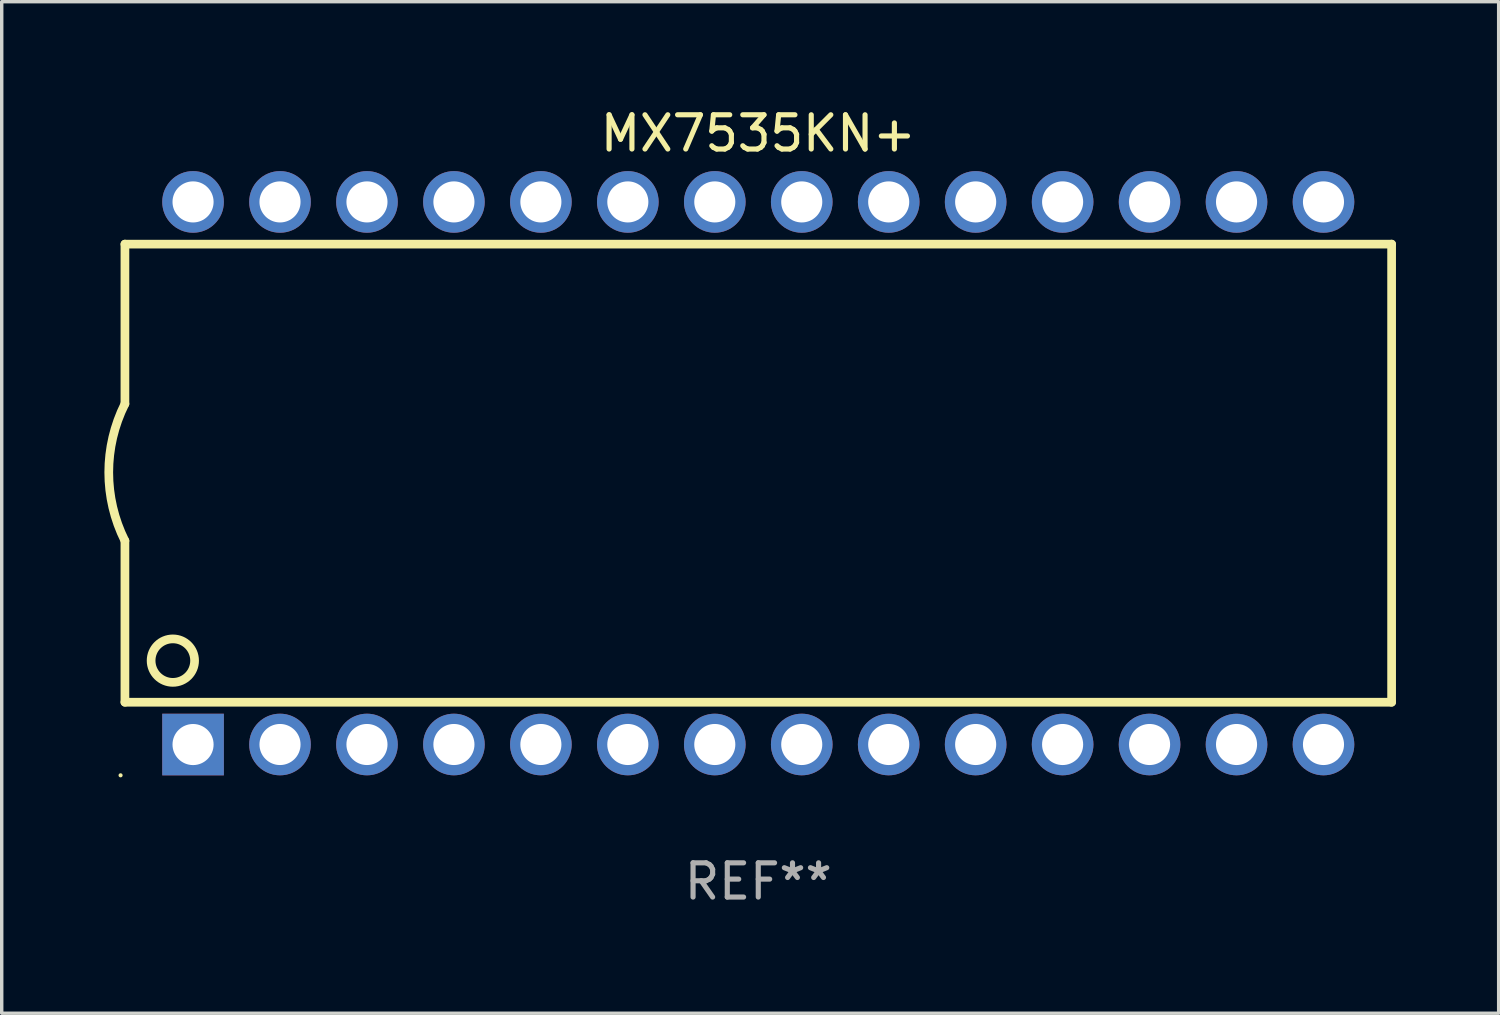
<source format=kicad_pcb>
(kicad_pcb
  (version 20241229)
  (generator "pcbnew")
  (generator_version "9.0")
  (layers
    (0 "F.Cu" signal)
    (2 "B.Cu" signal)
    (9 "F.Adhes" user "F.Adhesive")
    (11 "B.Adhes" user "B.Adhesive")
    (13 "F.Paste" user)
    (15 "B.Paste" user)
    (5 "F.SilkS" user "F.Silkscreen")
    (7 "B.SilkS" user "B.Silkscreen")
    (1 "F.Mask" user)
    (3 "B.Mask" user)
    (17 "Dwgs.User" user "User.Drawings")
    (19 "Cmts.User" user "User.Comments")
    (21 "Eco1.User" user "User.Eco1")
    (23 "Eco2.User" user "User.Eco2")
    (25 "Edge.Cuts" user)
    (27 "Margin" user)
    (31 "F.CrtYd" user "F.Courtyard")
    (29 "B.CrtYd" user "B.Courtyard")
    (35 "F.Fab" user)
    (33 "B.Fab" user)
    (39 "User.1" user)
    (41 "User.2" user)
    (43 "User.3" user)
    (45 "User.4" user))
  (footprint "MX7535KN+"
    (layer "F.Cu")
    (at 19.099 10.773)
    (property "Reference" "MX7535KN+" (at 0 -9.925 0) (layer "F.SilkS") (effects (font (size 1 1) (thickness 0.15))))
    (attr through_hole)
    (fp_line (start -18.5 -6.692) (end -18.5 -2.026) (stroke (width 0.254) (type solid)) (layer "F.SilkS"))
    (fp_line (start -18.5 6.689) (end -18.5 1.974) (stroke (width 0.254) (type solid)) (layer "F.SilkS"))
    (fp_line (start -18.5 6.689) (end 18.5 6.689) (stroke (width 0.254) (type solid)) (layer "F.SilkS"))
    (fp_line (start 18.5 -6.692) (end -18.5 -6.692) (stroke (width 0.254) (type solid)) (layer "F.SilkS"))
    (fp_line (start 18.5 6.689) (end 18.5 -6.692) (stroke (width 0.254) (type solid)) (layer "F.SilkS"))
    (fp_arc (start -18.500051 1.974346) (mid -18.972187 -0.025654) (end -18.500051 -2.025654) (stroke (width 0.254001) (type solid)) (layer "F.SilkS"))
    (fp_circle (center -18.627 8.824) (end -18.597 8.824) (stroke (width 0.06) (type solid)) (fill no) (layer "F.SilkS"))
    (fp_circle (center -17.1 5.474) (end -16.465 5.474) (stroke (width 0.254) (type solid)) (fill no) (layer "F.SilkS"))
    (fp_text user "REF**" (at 0 11.925 0) (layer "F.Fab") (effects (font (size 1 1) (thickness 0.15))))
    (pad "1" thru_hole rect (at -16.51 7.925) (size 1.8 1.8) (drill 1.2) (layers "*.Cu" "*.Mask"))
    (pad "2" thru_hole circle (at -13.97 7.924) (size 1.8 1.8) (drill 1.2) (layers "*.Cu" "*.Mask"))
    (pad "3" thru_hole circle (at -11.43 7.924) (size 1.8 1.8) (drill 1.2) (layers "*.Cu" "*.Mask"))
    (pad "4" thru_hole circle (at -8.89 7.924) (size 1.8 1.8) (drill 1.2) (layers "*.Cu" "*.Mask"))
    (pad "5" thru_hole circle (at -6.35 7.924) (size 1.8 1.8) (drill 1.2) (layers "*.Cu" "*.Mask"))
    (pad "6" thru_hole circle (at -3.81 7.924) (size 1.8 1.8) (drill 1.2) (layers "*.Cu" "*.Mask"))
    (pad "7" thru_hole circle (at -1.27 7.924) (size 1.8 1.8) (drill 1.2) (layers "*.Cu" "*.Mask"))
    (pad "8" thru_hole circle (at 1.27 7.924) (size 1.8 1.8) (drill 1.2) (layers "*.Cu" "*.Mask"))
    (pad "9" thru_hole circle (at 3.81 7.924) (size 1.8 1.8) (drill 1.2) (layers "*.Cu" "*.Mask"))
    (pad "10" thru_hole circle (at 6.35 7.924) (size 1.8 1.8) (drill 1.2) (layers "*.Cu" "*.Mask"))
    (pad "11" thru_hole circle (at 8.89 7.924) (size 1.8 1.8) (drill 1.2) (layers "*.Cu" "*.Mask"))
    (pad "12" thru_hole circle (at 11.43 7.924) (size 1.8 1.8) (drill 1.2) (layers "*.Cu" "*.Mask"))
    (pad "13" thru_hole circle (at 13.97 7.924) (size 1.8 1.8) (drill 1.2) (layers "*.Cu" "*.Mask"))
    (pad "14" thru_hole circle (at 16.51 7.924) (size 1.8 1.8) (drill 1.2) (layers "*.Cu" "*.Mask"))
    (pad "15" thru_hole circle (at 16.51 -7.925) (size 1.8 1.8) (drill 1.2) (layers "*.Cu" "*.Mask"))
    (pad "16" thru_hole circle (at 13.97 -7.925) (size 1.8 1.8) (drill 1.2) (layers "*.Cu" "*.Mask"))
    (pad "17" thru_hole circle (at 11.43 -7.925) (size 1.8 1.8) (drill 1.2) (layers "*.Cu" "*.Mask"))
    (pad "18" thru_hole circle (at 8.89 -7.925) (size 1.8 1.8) (drill 1.2) (layers "*.Cu" "*.Mask"))
    (pad "19" thru_hole circle (at 6.35 -7.925) (size 1.8 1.8) (drill 1.2) (layers "*.Cu" "*.Mask"))
    (pad "20" thru_hole circle (at 3.81 -7.925) (size 1.8 1.8) (drill 1.2) (layers "*.Cu" "*.Mask"))
    (pad "21" thru_hole circle (at 1.27 -7.925) (size 1.8 1.8) (drill 1.2) (layers "*.Cu" "*.Mask"))
    (pad "22" thru_hole circle (at -1.27 -7.925) (size 1.8 1.8) (drill 1.2) (layers "*.Cu" "*.Mask"))
    (pad "23" thru_hole circle (at -3.81 -7.925) (size 1.8 1.8) (drill 1.2) (layers "*.Cu" "*.Mask"))
    (pad "24" thru_hole circle (at -6.35 -7.925) (size 1.8 1.8) (drill 1.2) (layers "*.Cu" "*.Mask"))
    (pad "25" thru_hole circle (at -8.89 -7.925) (size 1.8 1.8) (drill 1.2) (layers "*.Cu" "*.Mask"))
    (pad "26" thru_hole circle (at -11.43 -7.925) (size 1.8 1.8) (drill 1.2) (layers "*.Cu" "*.Mask"))
    (pad "27" thru_hole circle (at -13.97 -7.925) (size 1.8 1.8) (drill 1.2) (layers "*.Cu" "*.Mask"))
    (pad "28" thru_hole circle (at -16.51 -7.925) (size 1.8 1.8) (drill 1.2) (layers "*.Cu" "*.Mask")))
  (gr_rect
    (start -3 -3)
    (end 40.726 26.546)
    (stroke (width 0.1) (type default))
    (fill no)
    (layer "Edge.Cuts")))
</source>
